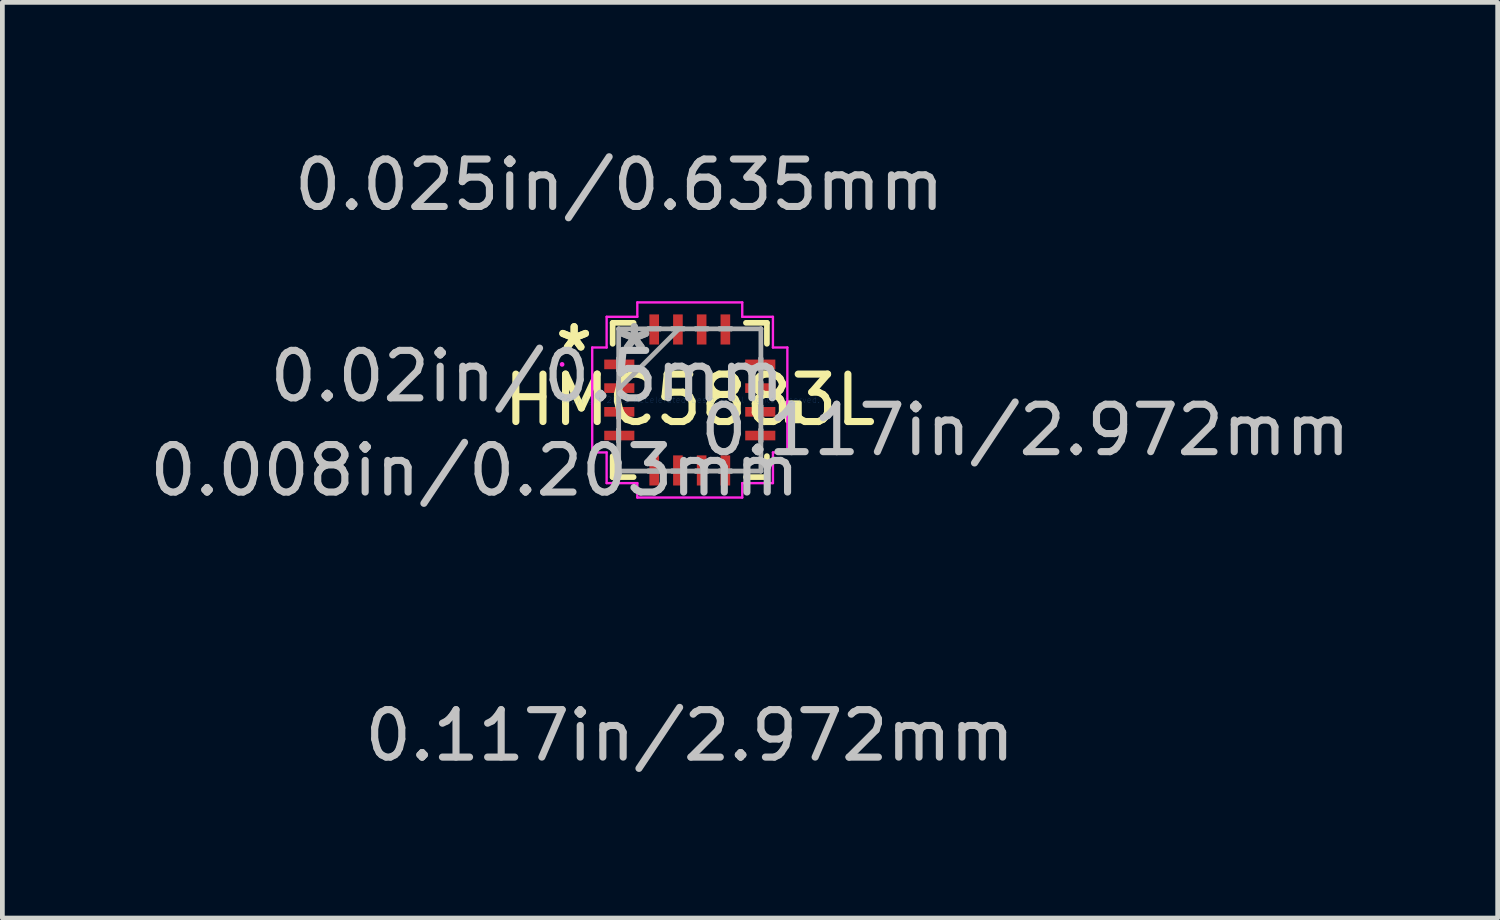
<source format=kicad_pcb>
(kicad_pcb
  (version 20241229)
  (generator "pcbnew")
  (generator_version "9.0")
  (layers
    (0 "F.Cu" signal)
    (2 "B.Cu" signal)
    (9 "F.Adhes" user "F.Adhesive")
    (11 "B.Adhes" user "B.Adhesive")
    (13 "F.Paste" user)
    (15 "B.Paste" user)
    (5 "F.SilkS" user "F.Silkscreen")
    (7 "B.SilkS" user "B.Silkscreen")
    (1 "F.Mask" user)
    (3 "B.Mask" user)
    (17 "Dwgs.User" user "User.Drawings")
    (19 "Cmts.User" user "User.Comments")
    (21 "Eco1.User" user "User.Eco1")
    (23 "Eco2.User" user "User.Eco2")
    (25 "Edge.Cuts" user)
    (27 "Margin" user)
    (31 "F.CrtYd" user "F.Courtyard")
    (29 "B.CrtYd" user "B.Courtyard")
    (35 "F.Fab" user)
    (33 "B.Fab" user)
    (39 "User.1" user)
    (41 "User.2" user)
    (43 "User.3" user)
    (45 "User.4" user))
  (footprint "HMC5883L"
    (layer "F.Cu")
    (at 11.492 5.382)
    (property "Reference" "HMC5883L" (at 0 0 0) (layer "F.SilkS") (effects (font (size 1 1) (thickness 0.15))))
    (attr through_hole)
    (fp_line (start -1.626 -1.626) (end -1.626 -1.184) (stroke (width 0.12) (type solid)) (layer "F.SilkS"))
    (fp_line (start -1.626 1.184) (end -1.626 1.626) (stroke (width 0.12) (type solid)) (layer "F.SilkS"))
    (fp_line (start -1.626 1.626) (end -1.184 1.626) (stroke (width 0.12) (type solid)) (layer "F.SilkS"))
    (fp_line (start -1.184 -1.626) (end -1.626 -1.626) (stroke (width 0.12) (type solid)) (layer "F.SilkS"))
    (fp_line (start 1.184 1.626) (end 1.626 1.626) (stroke (width 0.12) (type solid)) (layer "F.SilkS"))
    (fp_line (start 1.626 -1.626) (end 1.184 -1.626) (stroke (width 0.12) (type solid)) (layer "F.SilkS"))
    (fp_line (start 1.626 -1.184) (end 1.626 -1.626) (stroke (width 0.12) (type solid)) (layer "F.SilkS"))
    (fp_line (start 1.626 1.626) (end 1.626 1.184) (stroke (width 0.12) (type solid)) (layer "F.SilkS"))
    (fp_poly (pts (xy 2.311 0.059) (xy 2.311 0.441) (xy 2.057 0.441) (xy 2.057 0.059)) (stroke (width 0.1) (type solid)) (fill yes) (layer "F.SilkS"))
    (fp_line (start -2.057 -1.106) (end -1.753 -1.106) (stroke (width 0.05) (type solid)) (layer "F.CrtYd"))
    (fp_line (start -2.057 1.106) (end -2.057 -1.106) (stroke (width 0.05) (type solid)) (layer "F.CrtYd"))
    (fp_line (start -1.753 -1.753) (end -1.106 -1.753) (stroke (width 0.05) (type solid)) (layer "F.CrtYd"))
    (fp_line (start -1.753 -1.106) (end -1.753 -1.753) (stroke (width 0.05) (type solid)) (layer "F.CrtYd"))
    (fp_line (start -1.753 1.106) (end -2.057 1.106) (stroke (width 0.05) (type solid)) (layer "F.CrtYd"))
    (fp_line (start -1.753 1.753) (end -1.753 1.106) (stroke (width 0.05) (type solid)) (layer "F.CrtYd"))
    (fp_line (start -1.106 -2.057) (end 1.106 -2.057) (stroke (width 0.05) (type solid)) (layer "F.CrtYd"))
    (fp_line (start -1.106 -1.753) (end -1.106 -2.057) (stroke (width 0.05) (type solid)) (layer "F.CrtYd"))
    (fp_line (start -1.106 1.753) (end -1.753 1.753) (stroke (width 0.05) (type solid)) (layer "F.CrtYd"))
    (fp_line (start -1.106 2.057) (end -1.106 1.753) (stroke (width 0.05) (type solid)) (layer "F.CrtYd"))
    (fp_line (start 1.106 -2.057) (end 1.106 -1.753) (stroke (width 0.05) (type solid)) (layer "F.CrtYd"))
    (fp_line (start 1.106 -1.753) (end 1.753 -1.753) (stroke (width 0.05) (type solid)) (layer "F.CrtYd"))
    (fp_line (start 1.106 1.753) (end 1.106 2.057) (stroke (width 0.05) (type solid)) (layer "F.CrtYd"))
    (fp_line (start 1.106 2.057) (end -1.106 2.057) (stroke (width 0.05) (type solid)) (layer "F.CrtYd"))
    (fp_line (start 1.753 -1.753) (end 1.753 -1.106) (stroke (width 0.05) (type solid)) (layer "F.CrtYd"))
    (fp_line (start 1.753 -1.106) (end 2.057 -1.106) (stroke (width 0.05) (type solid)) (layer "F.CrtYd"))
    (fp_line (start 1.753 1.106) (end 1.753 1.753) (stroke (width 0.05) (type solid)) (layer "F.CrtYd"))
    (fp_line (start 1.753 1.753) (end 1.106 1.753) (stroke (width 0.05) (type solid)) (layer "F.CrtYd"))
    (fp_line (start 2.057 -1.106) (end 2.057 1.106) (stroke (width 0.05) (type solid)) (layer "F.CrtYd"))
    (fp_line (start 2.057 1.106) (end 1.753 1.106) (stroke (width 0.05) (type solid)) (layer "F.CrtYd"))
    (fp_circle (center -2.692 -0.75) (end -2.692 -0.75) (stroke (width 0.05) (type solid)) (fill no) (layer "F.CrtYd"))
    (fp_line (start -1.499 -1.499) (end -1.499 -1.499) (stroke (width 0.1) (type solid)) (layer "F.Fab"))
    (fp_line (start -1.499 -1.499) (end -1.499 1.499) (stroke (width 0.1) (type solid)) (layer "F.Fab"))
    (fp_line (start -1.499 -0.877) (end -1.499 -0.877) (stroke (width 0.1) (type solid)) (layer "F.Fab"))
    (fp_line (start -1.499 -0.877) (end -1.499 -0.623) (stroke (width 0.1) (type solid)) (layer "F.Fab"))
    (fp_line (start -1.499 -0.623) (end -1.499 -0.877) (stroke (width 0.1) (type solid)) (layer "F.Fab"))
    (fp_line (start -1.499 -0.623) (end -1.499 -0.623) (stroke (width 0.1) (type solid)) (layer "F.Fab"))
    (fp_line (start -1.499 -0.377) (end -1.499 -0.377) (stroke (width 0.1) (type solid)) (layer "F.Fab"))
    (fp_line (start -1.499 -0.377) (end -1.499 -0.123) (stroke (width 0.1) (type solid)) (layer "F.Fab"))
    (fp_line (start -1.499 -0.229) (end -0.229 -1.499) (stroke (width 0.1) (type solid)) (layer "F.Fab"))
    (fp_line (start -1.499 -0.123) (end -1.499 -0.377) (stroke (width 0.1) (type solid)) (layer "F.Fab"))
    (fp_line (start -1.499 -0.123) (end -1.499 -0.123) (stroke (width 0.1) (type solid)) (layer "F.Fab"))
    (fp_line (start -1.499 0.123) (end -1.499 0.123) (stroke (width 0.1) (type solid)) (layer "F.Fab"))
    (fp_line (start -1.499 0.123) (end -1.499 0.377) (stroke (width 0.1) (type solid)) (layer "F.Fab"))
    (fp_line (start -1.499 0.377) (end -1.499 0.123) (stroke (width 0.1) (type solid)) (layer "F.Fab"))
    (fp_line (start -1.499 0.377) (end -1.499 0.377) (stroke (width 0.1) (type solid)) (layer "F.Fab"))
    (fp_line (start -1.499 0.623) (end -1.499 0.623) (stroke (width 0.1) (type solid)) (layer "F.Fab"))
    (fp_line (start -1.499 0.623) (end -1.499 0.877) (stroke (width 0.1) (type solid)) (layer "F.Fab"))
    (fp_line (start -1.499 0.877) (end -1.499 0.623) (stroke (width 0.1) (type solid)) (layer "F.Fab"))
    (fp_line (start -1.499 0.877) (end -1.499 0.877) (stroke (width 0.1) (type solid)) (layer "F.Fab"))
    (fp_line (start -1.499 1.499) (end -1.499 1.499) (stroke (width 0.1) (type solid)) (layer "F.Fab"))
    (fp_line (start -1.499 1.499) (end 1.499 1.499) (stroke (width 0.1) (type solid)) (layer "F.Fab"))
    (fp_line (start -0.877 -1.499) (end -0.877 -1.499) (stroke (width 0.1) (type solid)) (layer "F.Fab"))
    (fp_line (start -0.877 -1.499) (end -0.623 -1.499) (stroke (width 0.1) (type solid)) (layer "F.Fab"))
    (fp_line (start -0.877 1.499) (end -0.877 1.499) (stroke (width 0.1) (type solid)) (layer "F.Fab"))
    (fp_line (start -0.877 1.499) (end -0.623 1.499) (stroke (width 0.1) (type solid)) (layer "F.Fab"))
    (fp_line (start -0.623 -1.499) (end -0.877 -1.499) (stroke (width 0.1) (type solid)) (layer "F.Fab"))
    (fp_line (start -0.623 -1.499) (end -0.623 -1.499) (stroke (width 0.1) (type solid)) (layer "F.Fab"))
    (fp_line (start -0.623 1.499) (end -0.877 1.499) (stroke (width 0.1) (type solid)) (layer "F.Fab"))
    (fp_line (start -0.623 1.499) (end -0.623 1.499) (stroke (width 0.1) (type solid)) (layer "F.Fab"))
    (fp_line (start -0.377 -1.499) (end -0.377 -1.499) (stroke (width 0.1) (type solid)) (layer "F.Fab"))
    (fp_line (start -0.377 -1.499) (end -0.123 -1.499) (stroke (width 0.1) (type solid)) (layer "F.Fab"))
    (fp_line (start -0.377 1.499) (end -0.377 1.499) (stroke (width 0.1) (type solid)) (layer "F.Fab"))
    (fp_line (start -0.377 1.499) (end -0.123 1.499) (stroke (width 0.1) (type solid)) (layer "F.Fab"))
    (fp_line (start -0.123 -1.499) (end -0.377 -1.499) (stroke (width 0.1) (type solid)) (layer "F.Fab"))
    (fp_line (start -0.123 -1.499) (end -0.123 -1.499) (stroke (width 0.1) (type solid)) (layer "F.Fab"))
    (fp_line (start -0.123 1.499) (end -0.377 1.499) (stroke (width 0.1) (type solid)) (layer "F.Fab"))
    (fp_line (start -0.123 1.499) (end -0.123 1.499) (stroke (width 0.1) (type solid)) (layer "F.Fab"))
    (fp_line (start 0.123 -1.499) (end 0.123 -1.499) (stroke (width 0.1) (type solid)) (layer "F.Fab"))
    (fp_line (start 0.123 -1.499) (end 0.377 -1.499) (stroke (width 0.1) (type solid)) (layer "F.Fab"))
    (fp_line (start 0.123 1.499) (end 0.123 1.499) (stroke (width 0.1) (type solid)) (layer "F.Fab"))
    (fp_line (start 0.123 1.499) (end 0.377 1.499) (stroke (width 0.1) (type solid)) (layer "F.Fab"))
    (fp_line (start 0.377 -1.499) (end 0.123 -1.499) (stroke (width 0.1) (type solid)) (layer "F.Fab"))
    (fp_line (start 0.377 -1.499) (end 0.377 -1.499) (stroke (width 0.1) (type solid)) (layer "F.Fab"))
    (fp_line (start 0.377 1.499) (end 0.123 1.499) (stroke (width 0.1) (type solid)) (layer "F.Fab"))
    (fp_line (start 0.377 1.499) (end 0.377 1.499) (stroke (width 0.1) (type solid)) (layer "F.Fab"))
    (fp_line (start 0.623 -1.499) (end 0.623 -1.499) (stroke (width 0.1) (type solid)) (layer "F.Fab"))
    (fp_line (start 0.623 -1.499) (end 0.877 -1.499) (stroke (width 0.1) (type solid)) (layer "F.Fab"))
    (fp_line (start 0.623 1.499) (end 0.623 1.499) (stroke (width 0.1) (type solid)) (layer "F.Fab"))
    (fp_line (start 0.623 1.499) (end 0.877 1.499) (stroke (width 0.1) (type solid)) (layer "F.Fab"))
    (fp_line (start 0.877 -1.499) (end 0.623 -1.499) (stroke (width 0.1) (type solid)) (layer "F.Fab"))
    (fp_line (start 0.877 -1.499) (end 0.877 -1.499) (stroke (width 0.1) (type solid)) (layer "F.Fab"))
    (fp_line (start 0.877 1.499) (end 0.623 1.499) (stroke (width 0.1) (type solid)) (layer "F.Fab"))
    (fp_line (start 0.877 1.499) (end 0.877 1.499) (stroke (width 0.1) (type solid)) (layer "F.Fab"))
    (fp_line (start 1.499 -1.499) (end -1.499 -1.499) (stroke (width 0.1) (type solid)) (layer "F.Fab"))
    (fp_line (start 1.499 -1.499) (end 1.499 -1.499) (stroke (width 0.1) (type solid)) (layer "F.Fab"))
    (fp_line (start 1.499 -0.877) (end 1.499 -0.877) (stroke (width 0.1) (type solid)) (layer "F.Fab"))
    (fp_line (start 1.499 -0.877) (end 1.499 -0.623) (stroke (width 0.1) (type solid)) (layer "F.Fab"))
    (fp_line (start 1.499 -0.623) (end 1.499 -0.877) (stroke (width 0.1) (type solid)) (layer "F.Fab"))
    (fp_line (start 1.499 -0.623) (end 1.499 -0.623) (stroke (width 0.1) (type solid)) (layer "F.Fab"))
    (fp_line (start 1.499 -0.377) (end 1.499 -0.377) (stroke (width 0.1) (type solid)) (layer "F.Fab"))
    (fp_line (start 1.499 -0.377) (end 1.499 -0.123) (stroke (width 0.1) (type solid)) (layer "F.Fab"))
    (fp_line (start 1.499 -0.123) (end 1.499 -0.377) (stroke (width 0.1) (type solid)) (layer "F.Fab"))
    (fp_line (start 1.499 -0.123) (end 1.499 -0.123) (stroke (width 0.1) (type solid)) (layer "F.Fab"))
    (fp_line (start 1.499 0.123) (end 1.499 0.123) (stroke (width 0.1) (type solid)) (layer "F.Fab"))
    (fp_line (start 1.499 0.123) (end 1.499 0.377) (stroke (width 0.1) (type solid)) (layer "F.Fab"))
    (fp_line (start 1.499 0.377) (end 1.499 0.123) (stroke (width 0.1) (type solid)) (layer "F.Fab"))
    (fp_line (start 1.499 0.377) (end 1.499 0.377) (stroke (width 0.1) (type solid)) (layer "F.Fab"))
    (fp_line (start 1.499 0.623) (end 1.499 0.623) (stroke (width 0.1) (type solid)) (layer "F.Fab"))
    (fp_line (start 1.499 0.623) (end 1.499 0.877) (stroke (width 0.1) (type solid)) (layer "F.Fab"))
    (fp_line (start 1.499 0.877) (end 1.499 0.623) (stroke (width 0.1) (type solid)) (layer "F.Fab"))
    (fp_line (start 1.499 0.877) (end 1.499 0.877) (stroke (width 0.1) (type solid)) (layer "F.Fab"))
    (fp_line (start 1.499 1.499) (end 1.499 -1.499) (stroke (width 0.1) (type solid)) (layer "F.Fab"))
    (fp_line (start 1.499 1.499) (end 1.499 1.499) (stroke (width 0.1) (type solid)) (layer "F.Fab"))
    (fp_text user "*" (at -2.438 -1 0) (layer "F.SilkS") (effects (font (size 1 1) (thickness 0.15))))
    (fp_text user "*" (at -2.438 -1 0) (layer "F.SilkS") (effects (font (size 1 1) (thickness 0.15))))
    (fp_text user "0.008in/0.203mm" (at -4.534 1.486 0) (layer "Dwgs.User") (effects (font (size 1 1) (thickness 0.15))))
    (fp_text user "0.025in/0.635mm" (at -1.486 -4.534 0) (layer "Dwgs.User") (effects (font (size 1 1) (thickness 0.15))))
    (fp_text user "0.02in/0.5mm" (at -3.429 -0.5 0) (layer "Dwgs.User") (effects (font (size 1 1) (thickness 0.15))))
    (fp_text user "0.117in/2.972mm" (at 7.074 0.635 0) (layer "Dwgs.User") (effects (font (size 1 1) (thickness 0.15))))
    (fp_text user "0.117in/2.972mm" (at 0 7.074 0) (layer "Dwgs.User") (effects (font (size 1 1) (thickness 0.15))))
    (fp_text user "Copyright 2021 Accelerated Designs. All rights reserved." (at 0 0 0) (layer "Cmts.User") (effects (font (size 0.127 0.127) (thickness 0.002))))
    (fp_text user "*" (at -1.168 -1 0) (layer "F.Fab") (effects (font (size 1 1) (thickness 0.15))))
    (fp_text user "*" (at -1.168 -1 0) (layer "F.Fab") (effects (font (size 1 1) (thickness 0.15))))
    (pad "1" smd rect (at -1.486 -0.75 90) (size 0.203 0.635) (layers "F.Cu" "F.Mask" "F.Paste"))
    (pad "2" smd rect (at -1.486 -0.25 90) (size 0.203 0.635) (layers "F.Cu" "F.Mask" "F.Paste"))
    (pad "3" smd rect (at -1.486 0.25 90) (size 0.203 0.635) (layers "F.Cu" "F.Mask" "F.Paste"))
    (pad "4" smd rect (at -1.486 0.75 90) (size 0.203 0.635) (layers "F.Cu" "F.Mask" "F.Paste"))
    (pad "5" smd rect (at -0.75 1.486) (size 0.203 0.635) (layers "F.Cu" "F.Mask" "F.Paste"))
    (pad "6" smd rect (at -0.25 1.486) (size 0.203 0.635) (layers "F.Cu" "F.Mask" "F.Paste"))
    (pad "7" smd rect (at 0.25 1.486) (size 0.203 0.635) (layers "F.Cu" "F.Mask" "F.Paste"))
    (pad "8" smd rect (at 0.75 1.486) (size 0.203 0.635) (layers "F.Cu" "F.Mask" "F.Paste"))
    (pad "9" smd rect (at 1.486 0.75 90) (size 0.203 0.635) (layers "F.Cu" "F.Mask" "F.Paste"))
    (pad "10" smd rect (at 1.486 0.25 90) (size 0.203 0.635) (layers "F.Cu" "F.Mask" "F.Paste"))
    (pad "11" smd rect (at 1.486 -0.25 90) (size 0.203 0.635) (layers "F.Cu" "F.Mask" "F.Paste"))
    (pad "12" smd rect (at 1.486 -0.75 90) (size 0.203 0.635) (layers "F.Cu" "F.Mask" "F.Paste"))
    (pad "13" smd rect (at 0.75 -1.486) (size 0.203 0.635) (layers "F.Cu" "F.Mask" "F.Paste"))
    (pad "14" smd rect (at 0.25 -1.486) (size 0.203 0.635) (layers "F.Cu" "F.Mask" "F.Paste"))
    (pad "15" smd rect (at -0.25 -1.486) (size 0.203 0.635) (layers "F.Cu" "F.Mask" "F.Paste"))
    (pad "16" smd rect (at -0.75 -1.486) (size 0.203 0.635) (layers "F.Cu" "F.Mask" "F.Paste")))
  (gr_rect
    (start -3 -3)
    (end 28.524 16.304)
    (stroke (width 0.1) (type default))
    (fill no)
    (layer "Edge.Cuts")))
</source>
